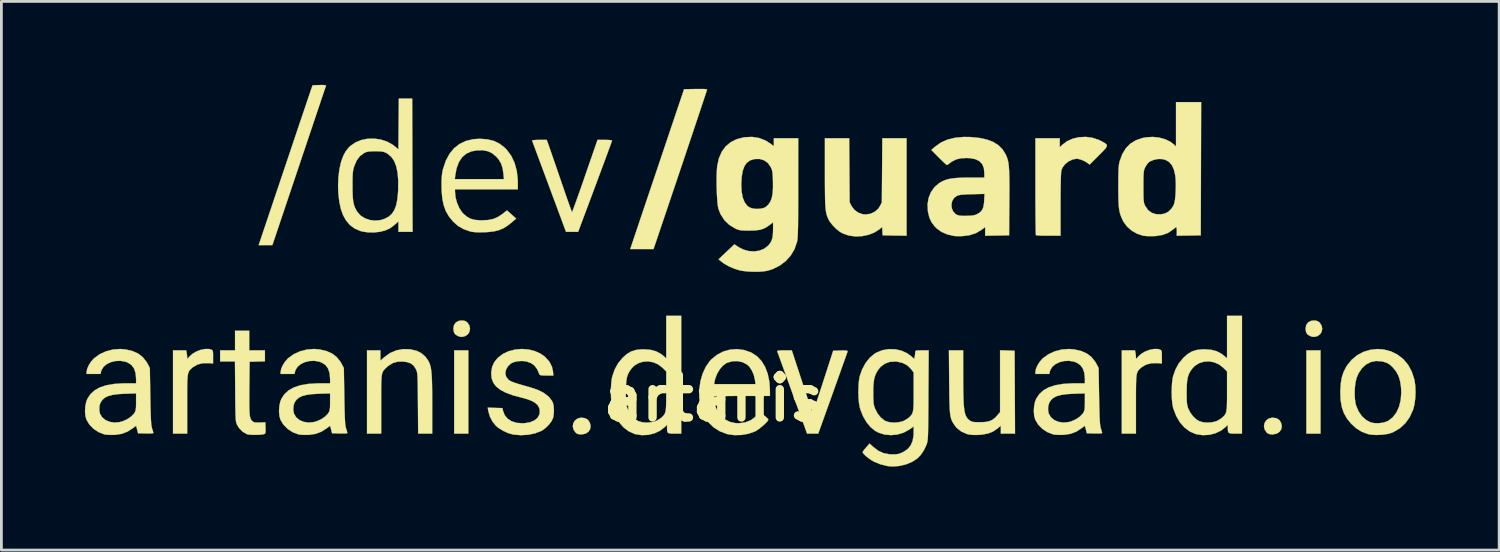
<source format=kicad_pcb>
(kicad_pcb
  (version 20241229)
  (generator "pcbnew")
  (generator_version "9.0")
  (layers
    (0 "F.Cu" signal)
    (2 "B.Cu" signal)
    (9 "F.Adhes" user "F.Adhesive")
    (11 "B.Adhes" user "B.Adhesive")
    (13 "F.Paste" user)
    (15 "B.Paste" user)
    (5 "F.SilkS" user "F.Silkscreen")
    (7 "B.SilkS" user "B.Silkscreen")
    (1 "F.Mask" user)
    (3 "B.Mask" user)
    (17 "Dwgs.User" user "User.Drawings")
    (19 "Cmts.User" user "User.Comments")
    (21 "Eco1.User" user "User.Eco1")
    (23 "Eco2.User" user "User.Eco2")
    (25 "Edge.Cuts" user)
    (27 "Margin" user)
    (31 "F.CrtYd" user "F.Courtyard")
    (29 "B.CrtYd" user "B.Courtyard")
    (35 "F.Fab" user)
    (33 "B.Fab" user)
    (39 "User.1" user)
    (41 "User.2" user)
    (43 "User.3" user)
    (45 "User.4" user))
  (footprint "artanis"
    (layer "F.Cu")
    (at 22.612 11.261)
    (property "Reference" "artanis" (at 0 0 0) (layer "F.SilkS") (effects (font (size 1.524 1.524) (thickness 0.3))))
    (attr through_hole)
    (fp_poly (pts (xy -8.834 1.27) (xy -9.342 1.27) (xy -9.342 -1.722) (xy -8.834 -1.722) (xy -8.834 1.27)) (stroke (width 0.01) (type solid)) (fill yes) (layer "F.SilkS"))
    (fp_poly (pts (xy 21.788 1.27) (xy 21.28 1.27) (xy 21.28 -1.722) (xy 21.788 -1.722) (xy 21.788 1.27)) (stroke (width 0.01) (type solid)) (fill yes) (layer "F.SilkS"))
    (fp_poly (pts (xy -4.636 0.716) (xy -4.538 0.773) (xy -4.472 0.868) (xy -4.439 0.992) (xy -4.456 1.106) (xy -4.517 1.201) (xy -4.616 1.268) (xy -4.747 1.297) (xy -4.773 1.298) (xy -4.873 1.291) (xy -4.941 1.264) (xy -4.981 1.23) (xy -5.054 1.124) (xy -5.08 1.01) (xy -5.062 0.899) (xy -5.006 0.803) (xy -4.917 0.732) (xy -4.799 0.699) (xy -4.77 0.698) (xy -4.636 0.716)) (stroke (width 0.01) (type solid)) (fill yes) (layer "F.SilkS"))
    (fp_poly (pts (xy 20.2 0.716) (xy 20.298 0.773) (xy 20.364 0.868) (xy 20.397 0.992) (xy 20.38 1.106) (xy 20.318 1.201) (xy 20.219 1.268) (xy 20.088 1.297) (xy 20.063 1.298) (xy 19.963 1.291) (xy 19.895 1.264) (xy 19.854 1.23) (xy 19.781 1.124) (xy 19.756 1.01) (xy 19.773 0.899) (xy 19.829 0.803) (xy 19.918 0.732) (xy 20.037 0.699) (xy 20.065 0.698) (xy 20.2 0.716)) (stroke (width 0.01) (type solid)) (fill yes) (layer "F.SilkS"))
    (fp_poly (pts (xy -8.978 -2.786) (xy -8.91 -2.755) (xy -8.86 -2.712) (xy -8.795 -2.613) (xy -8.774 -2.501) (xy -8.793 -2.391) (xy -8.851 -2.298) (xy -8.944 -2.235) (xy -8.953 -2.232) (xy -9.05 -2.206) (xy -9.132 -2.211) (xy -9.219 -2.242) (xy -9.306 -2.299) (xy -9.354 -2.381) (xy -9.37 -2.501) (xy -9.37 -2.512) (xy -9.346 -2.636) (xy -9.278 -2.727) (xy -9.172 -2.782) (xy -9.073 -2.794) (xy -8.978 -2.786)) (stroke (width 0.01) (type solid)) (fill yes) (layer "F.SilkS"))
    (fp_poly (pts (xy 21.643 -2.786) (xy 21.711 -2.755) (xy 21.762 -2.712) (xy 21.826 -2.613) (xy 21.848 -2.501) (xy 21.828 -2.391) (xy 21.77 -2.298) (xy 21.677 -2.235) (xy 21.669 -2.232) (xy 21.572 -2.206) (xy 21.489 -2.211) (xy 21.402 -2.242) (xy 21.315 -2.299) (xy 21.267 -2.381) (xy 21.251 -2.501) (xy 21.251 -2.512) (xy 21.275 -2.636) (xy 21.343 -2.727) (xy 21.449 -2.782) (xy 21.548 -2.794) (xy 21.643 -2.786)) (stroke (width 0.01) (type solid)) (fill yes) (layer "F.SilkS"))
    (fp_poly (pts (xy -13.993 -11.252) (xy -13.95 -11.243) (xy -13.946 -11.238) (xy -13.956 -11.208) (xy -13.983 -11.129) (xy -14.026 -11.003) (xy -14.083 -10.834) (xy -14.153 -10.625) (xy -14.235 -10.381) (xy -14.329 -10.104) (xy -14.431 -9.798) (xy -14.543 -9.466) (xy -14.662 -9.113) (xy -14.787 -8.741) (xy -14.915 -8.359) (xy -15.875 -5.504) (xy -16.121 -5.504) (xy -16.367 -5.503) (xy -15.439 -8.262) (xy -15.31 -8.644) (xy -15.186 -9.013) (xy -15.068 -9.364) (xy -14.957 -9.694) (xy -14.854 -10) (xy -14.76 -10.277) (xy -14.677 -10.522) (xy -14.607 -10.732) (xy -14.549 -10.901) (xy -14.507 -11.028) (xy -14.48 -11.107) (xy -14.47 -11.134) (xy -14.43 -11.247) (xy -14.183 -11.255) (xy -14.075 -11.256) (xy -13.993 -11.252)) (stroke (width 0.01) (type solid)) (fill yes) (layer "F.SilkS"))
    (fp_poly (pts (xy -18.083 -1.753) (xy -18.046 -1.736) (xy -18.023 -1.712) (xy -18.011 -1.669) (xy -18.006 -1.593) (xy -18.006 -1.487) (xy -18.006 -1.251) (xy -18.164 -1.264) (xy -18.379 -1.26) (xy -18.567 -1.212) (xy -18.724 -1.121) (xy -18.737 -1.111) (xy -18.786 -1.068) (xy -18.827 -1.03) (xy -18.859 -0.99) (xy -18.885 -0.942) (xy -18.904 -0.881) (xy -18.918 -0.801) (xy -18.927 -0.696) (xy -18.933 -0.56) (xy -18.936 -0.387) (xy -18.937 -0.172) (xy -18.937 0.091) (xy -18.937 0.21) (xy -18.937 1.27) (xy -19.445 1.27) (xy -19.445 -1.722) (xy -18.972 -1.722) (xy -18.955 -1.633) (xy -18.942 -1.544) (xy -18.937 -1.472) (xy -18.935 -1.43) (xy -18.924 -1.422) (xy -18.893 -1.453) (xy -18.852 -1.502) (xy -18.746 -1.598) (xy -18.608 -1.679) (xy -18.454 -1.738) (xy -18.299 -1.77) (xy -18.159 -1.771) (xy -18.083 -1.753)) (stroke (width 0.01) (type solid)) (fill yes) (layer "F.SilkS"))
    (fp_poly (pts (xy 16.009 -1.753) (xy 16.047 -1.736) (xy 16.07 -1.712) (xy 16.082 -1.669) (xy 16.086 -1.593) (xy 16.087 -1.487) (xy 16.087 -1.251) (xy 15.928 -1.264) (xy 15.714 -1.26) (xy 15.525 -1.212) (xy 15.369 -1.121) (xy 15.356 -1.111) (xy 15.306 -1.068) (xy 15.266 -1.03) (xy 15.233 -0.99) (xy 15.208 -0.942) (xy 15.188 -0.881) (xy 15.175 -0.801) (xy 15.165 -0.696) (xy 15.16 -0.56) (xy 15.157 -0.387) (xy 15.155 -0.172) (xy 15.155 0.091) (xy 15.155 0.21) (xy 15.155 1.27) (xy 14.647 1.27) (xy 14.647 -1.722) (xy 15.12 -1.722) (xy 15.138 -1.633) (xy 15.151 -1.544) (xy 15.155 -1.472) (xy 15.157 -1.43) (xy 15.169 -1.422) (xy 15.2 -1.453) (xy 15.241 -1.502) (xy 15.347 -1.598) (xy 15.485 -1.679) (xy 15.639 -1.738) (xy 15.794 -1.77) (xy 15.934 -1.771) (xy 16.009 -1.753)) (stroke (width 0.01) (type solid)) (fill yes) (layer "F.SilkS"))
    (fp_poly (pts (xy -0.399 -11.113) (xy -0.308 -11.108) (xy -0.26 -11.101) (xy -0.254 -11.097) (xy -0.263 -11.068) (xy -0.288 -10.989) (xy -0.329 -10.865) (xy -0.384 -10.699) (xy -0.451 -10.496) (xy -0.53 -10.26) (xy -0.619 -9.995) (xy -0.716 -9.704) (xy -0.82 -9.393) (xy -0.931 -9.064) (xy -1.045 -8.722) (xy -1.163 -8.371) (xy -1.283 -8.016) (xy -1.403 -7.659) (xy -1.522 -7.306) (xy -1.639 -6.96) (xy -1.752 -6.625) (xy -1.86 -6.305) (xy -1.962 -6.005) (xy -1.962 -6.004) (xy -2.18 -5.362) (xy -3.016 -5.362) (xy -2.225 -7.712) (xy -2.102 -8.076) (xy -1.981 -8.435) (xy -1.863 -8.784) (xy -1.751 -9.118) (xy -1.645 -9.432) (xy -1.548 -9.721) (xy -1.461 -9.979) (xy -1.386 -10.203) (xy -1.324 -10.386) (xy -1.278 -10.523) (xy -1.257 -10.583) (xy -1.082 -11.105) (xy -0.668 -11.113) (xy -0.522 -11.114) (xy -0.399 -11.113)) (stroke (width 0.01) (type solid)) (fill yes) (layer "F.SilkS"))
    (fp_poly (pts (xy 4.868 -7.04) (xy 4.94 -6.9) (xy 5.037 -6.771) (xy 5.171 -6.674) (xy 5.329 -6.616) (xy 5.447 -6.604) (xy 5.614 -6.629) (xy 5.767 -6.7) (xy 5.891 -6.807) (xy 5.954 -6.9) (xy 6.025 -7.04) (xy 6.042 -9.342) (xy 6.914 -9.342) (xy 6.914 -5.841) (xy 6.054 -5.856) (xy 6.045 -6.006) (xy 6.037 -6.155) (xy 5.949 -6.082) (xy 5.768 -5.962) (xy 5.553 -5.876) (xy 5.319 -5.826) (xy 5.082 -5.814) (xy 4.855 -5.845) (xy 4.826 -5.853) (xy 4.717 -5.888) (xy 4.607 -5.932) (xy 4.586 -5.941) (xy 4.48 -6.008) (xy 4.363 -6.108) (xy 4.25 -6.225) (xy 4.159 -6.341) (xy 4.123 -6.401) (xy 4.091 -6.467) (xy 4.063 -6.532) (xy 4.041 -6.599) (xy 4.023 -6.676) (xy 4.009 -6.767) (xy 3.998 -6.878) (xy 3.99 -7.015) (xy 3.985 -7.183) (xy 3.982 -7.388) (xy 3.98 -7.635) (xy 3.979 -7.931) (xy 3.979 -8.092) (xy 3.979 -9.342) (xy 4.851 -9.342) (xy 4.868 -7.04)) (stroke (width 0.01) (type solid)) (fill yes) (layer "F.SilkS"))
    (fp_poly (pts (xy 3.16 -0.59) (xy 3.239 -0.35) (xy 3.313 -0.128) (xy 3.38 0.071) (xy 3.438 0.241) (xy 3.486 0.376) (xy 3.52 0.472) (xy 3.54 0.522) (xy 3.545 0.529) (xy 3.556 0.5) (xy 3.582 0.423) (xy 3.623 0.304) (xy 3.674 0.148) (xy 3.736 -0.039) (xy 3.805 -0.251) (xy 3.881 -0.483) (xy 3.917 -0.596) (xy 4.276 -1.707) (xy 4.539 -1.716) (xy 4.665 -1.718) (xy 4.743 -1.715) (xy 4.783 -1.706) (xy 4.794 -1.689) (xy 4.793 -1.684) (xy 4.782 -1.65) (xy 4.754 -1.569) (xy 4.71 -1.444) (xy 4.652 -1.281) (xy 4.582 -1.085) (xy 4.502 -0.861) (xy 4.414 -0.613) (xy 4.319 -0.347) (xy 4.262 -0.187) (xy 3.739 1.27) (xy 3.539 1.27) (xy 3.339 1.27) (xy 2.805 -0.201) (xy 2.706 -0.476) (xy 2.612 -0.735) (xy 2.525 -0.974) (xy 2.448 -1.186) (xy 2.382 -1.369) (xy 2.329 -1.515) (xy 2.29 -1.622) (xy 2.267 -1.684) (xy 2.262 -1.697) (xy 2.284 -1.708) (xy 2.351 -1.716) (xy 2.451 -1.721) (xy 2.521 -1.722) (xy 2.789 -1.722) (xy 3.16 -0.59)) (stroke (width 0.01) (type solid)) (fill yes) (layer "F.SilkS"))
    (fp_poly (pts (xy -16.708 -1.722) (xy -16.143 -1.722) (xy -16.143 -1.328) (xy -16.418 -1.32) (xy -16.693 -1.312) (xy -16.702 -0.409) (xy -16.704 -0.127) (xy -16.705 0.105) (xy -16.704 0.291) (xy -16.7 0.438) (xy -16.694 0.552) (xy -16.684 0.637) (xy -16.67 0.7) (xy -16.653 0.747) (xy -16.631 0.782) (xy -16.606 0.81) (xy -16.564 0.846) (xy -16.517 0.866) (xy -16.449 0.873) (xy -16.343 0.872) (xy -16.333 0.872) (xy -16.129 0.865) (xy -16.121 1.064) (xy -16.118 1.171) (xy -16.124 1.235) (xy -16.14 1.269) (xy -16.163 1.284) (xy -16.236 1.3) (xy -16.346 1.311) (xy -16.474 1.315) (xy -16.603 1.314) (xy -16.713 1.305) (xy -16.785 1.291) (xy -16.942 1.202) (xy -17.071 1.071) (xy -17.135 0.968) (xy -17.152 0.932) (xy -17.166 0.897) (xy -17.177 0.857) (xy -17.186 0.805) (xy -17.192 0.736) (xy -17.197 0.644) (xy -17.201 0.523) (xy -17.204 0.367) (xy -17.206 0.17) (xy -17.209 -0.075) (xy -17.21 -0.247) (xy -17.219 -1.326) (xy -17.752 -1.326) (xy -17.752 -1.722) (xy -17.216 -1.722) (xy -17.216 -2.427) (xy -16.708 -2.427) (xy -16.708 -1.722)) (stroke (width 0.01) (type solid)) (fill yes) (layer "F.SilkS"))
    (fp_poly (pts (xy 10.534 -1.716) (xy 10.795 -1.707) (xy 10.81 1.27) (xy 10.301 1.27) (xy 10.301 0.983) (xy 10.183 1.084) (xy 10.028 1.191) (xy 9.847 1.264) (xy 9.632 1.305) (xy 9.483 1.316) (xy 9.304 1.317) (xy 9.167 1.304) (xy 9.077 1.282) (xy 8.875 1.192) (xy 8.715 1.064) (xy 8.636 0.964) (xy 8.593 0.899) (xy 8.558 0.838) (xy 8.529 0.776) (xy 8.507 0.706) (xy 8.489 0.624) (xy 8.475 0.522) (xy 8.465 0.396) (xy 8.458 0.238) (xy 8.453 0.044) (xy 8.449 -0.192) (xy 8.446 -0.478) (xy 8.445 -0.586) (xy 8.435 -1.722) (xy 8.946 -1.722) (xy 8.947 -0.783) (xy 8.949 -0.458) (xy 8.952 -0.185) (xy 8.958 0.043) (xy 8.968 0.229) (xy 8.983 0.38) (xy 9.002 0.499) (xy 9.028 0.593) (xy 9.06 0.666) (xy 9.1 0.724) (xy 9.148 0.771) (xy 9.183 0.798) (xy 9.231 0.827) (xy 9.284 0.846) (xy 9.357 0.856) (xy 9.464 0.86) (xy 9.553 0.861) (xy 9.735 0.853) (xy 9.876 0.828) (xy 9.99 0.779) (xy 10.091 0.702) (xy 10.171 0.617) (xy 10.273 0.498) (xy 10.273 -1.724) (xy 10.534 -1.716)) (stroke (width 0.01) (type solid)) (fill yes) (layer "F.SilkS"))
    (fp_poly (pts (xy 13.592 -9.36) (xy 13.82 -9.285) (xy 13.891 -9.251) (xy 13.995 -9.195) (xy 14.067 -9.15) (xy 14.106 -9.108) (xy 14.11 -9.06) (xy 14.079 -9) (xy 14.011 -8.92) (xy 13.905 -8.811) (xy 13.821 -8.727) (xy 13.492 -8.398) (xy 13.405 -8.462) (xy 13.308 -8.521) (xy 13.192 -8.57) (xy 13.083 -8.601) (xy 13.028 -8.608) (xy 12.88 -8.582) (xy 12.736 -8.514) (xy 12.61 -8.413) (xy 12.516 -8.29) (xy 12.478 -8.198) (xy 12.468 -8.134) (xy 12.461 -8.015) (xy 12.455 -7.841) (xy 12.45 -7.614) (xy 12.447 -7.336) (xy 12.446 -7.007) (xy 12.446 -6.964) (xy 12.446 -5.842) (xy 12.013 -5.842) (xy 11.862 -5.843) (xy 11.732 -5.846) (xy 11.632 -5.851) (xy 11.573 -5.857) (xy 11.562 -5.861) (xy 11.558 -5.892) (xy 11.555 -5.974) (xy 11.552 -6.103) (xy 11.55 -6.274) (xy 11.547 -6.481) (xy 11.546 -6.721) (xy 11.544 -6.988) (xy 11.543 -7.277) (xy 11.543 -7.583) (xy 11.543 -7.611) (xy 11.543 -9.342) (xy 12.418 -9.342) (xy 12.418 -9.02) (xy 12.509 -9.108) (xy 12.684 -9.239) (xy 12.89 -9.33) (xy 13.117 -9.381) (xy 13.355 -9.392) (xy 13.592 -9.36)) (stroke (width 0.01) (type solid)) (fill yes) (layer "F.SilkS"))
    (fp_poly (pts (xy -10.928 -1.76) (xy -10.695 -1.707) (xy -10.528 -1.624) (xy -10.381 -1.498) (xy -10.286 -1.37) (xy -10.25 -1.302) (xy -10.219 -1.231) (xy -10.195 -1.152) (xy -10.175 -1.057) (xy -10.16 -0.942) (xy -10.149 -0.801) (xy -10.141 -0.627) (xy -10.136 -0.416) (xy -10.133 -0.161) (xy -10.132 0.144) (xy -10.132 0.205) (xy -10.132 1.27) (xy -10.636 1.27) (xy -10.645 0.176) (xy -10.647 -0.101) (xy -10.649 -0.328) (xy -10.652 -0.51) (xy -10.655 -0.653) (xy -10.66 -0.764) (xy -10.665 -0.847) (xy -10.673 -0.909) (xy -10.682 -0.956) (xy -10.694 -0.994) (xy -10.709 -1.028) (xy -10.719 -1.05) (xy -10.798 -1.171) (xy -10.901 -1.252) (xy -11.037 -1.301) (xy -11.179 -1.32) (xy -11.376 -1.315) (xy -11.547 -1.266) (xy -11.704 -1.169) (xy -11.762 -1.119) (xy -11.813 -1.072) (xy -11.854 -1.031) (xy -11.887 -0.989) (xy -11.913 -0.941) (xy -11.933 -0.88) (xy -11.947 -0.801) (xy -11.956 -0.698) (xy -11.962 -0.564) (xy -11.965 -0.394) (xy -11.966 -0.183) (xy -11.966 0.077) (xy -11.966 0.21) (xy -11.966 1.27) (xy -12.474 1.27) (xy -12.474 -1.722) (xy -11.994 -1.722) (xy -11.994 -1.349) (xy -11.854 -1.476) (xy -11.649 -1.624) (xy -11.422 -1.721) (xy -11.18 -1.767) (xy -10.928 -1.76)) (stroke (width 0.01) (type solid)) (fill yes) (layer "F.SilkS"))
    (fp_poly (pts (xy -5.933 -9.052) (xy -5.906 -8.973) (xy -5.862 -8.848) (xy -5.806 -8.684) (xy -5.738 -8.489) (xy -5.663 -8.271) (xy -5.583 -8.036) (xy -5.499 -7.793) (xy -5.486 -7.754) (xy -5.406 -7.522) (xy -5.332 -7.306) (xy -5.264 -7.114) (xy -5.206 -6.951) (xy -5.16 -6.823) (xy -5.127 -6.734) (xy -5.109 -6.692) (xy -5.107 -6.689) (xy -5.094 -6.715) (xy -5.066 -6.789) (xy -5.023 -6.906) (xy -4.966 -7.061) (xy -4.899 -7.249) (xy -4.823 -7.465) (xy -4.739 -7.703) (xy -4.65 -7.959) (xy -4.641 -7.987) (xy -4.191 -9.285) (xy -3.93 -9.285) (xy -3.816 -9.283) (xy -3.728 -9.276) (xy -3.677 -9.267) (xy -3.669 -9.261) (xy -3.679 -9.231) (xy -3.707 -9.152) (xy -3.752 -9.028) (xy -3.813 -8.862) (xy -3.887 -8.66) (xy -3.975 -8.423) (xy -4.074 -8.157) (xy -4.183 -7.865) (xy -4.3 -7.551) (xy -4.424 -7.218) (xy -4.554 -6.872) (xy -4.688 -6.515) (xy -4.816 -6.174) (xy -4.887 -5.983) (xy -5.324 -5.983) (xy -5.929 -7.609) (xy -6.036 -7.898) (xy -6.138 -8.171) (xy -6.232 -8.424) (xy -6.317 -8.653) (xy -6.391 -8.851) (xy -6.452 -9.016) (xy -6.499 -9.142) (xy -6.53 -9.225) (xy -6.543 -9.26) (xy -6.543 -9.26) (xy -6.521 -9.271) (xy -6.454 -9.279) (xy -6.354 -9.284) (xy -6.284 -9.285) (xy -6.017 -9.285) (xy -5.933 -9.052)) (stroke (width 0.01) (type solid)) (fill yes) (layer "F.SilkS"))
    (fp_poly (pts (xy 24.055 -1.753) (xy 24.32 -1.684) (xy 24.557 -1.567) (xy 24.762 -1.407) (xy 24.932 -1.205) (xy 25.064 -0.964) (xy 25.155 -0.688) (xy 25.162 -0.66) (xy 25.193 -0.453) (xy 25.202 -0.223) (xy 25.191 0.012) (xy 25.16 0.232) (xy 25.113 0.412) (xy 24.994 0.673) (xy 24.837 0.894) (xy 24.644 1.073) (xy 24.417 1.209) (xy 24.334 1.244) (xy 24.179 1.286) (xy 23.992 1.311) (xy 23.796 1.319) (xy 23.612 1.308) (xy 23.484 1.284) (xy 23.259 1.198) (xy 23.061 1.072) (xy 22.889 0.914) (xy 22.737 0.727) (xy 22.625 0.528) (xy 22.55 0.308) (xy 22.509 0.06) (xy 22.5 -0.189) (xy 23.014 -0.189) (xy 23.022 0.008) (xy 23.045 0.181) (xy 23.064 0.254) (xy 23.154 0.47) (xy 23.279 0.649) (xy 23.433 0.785) (xy 23.587 0.865) (xy 23.726 0.894) (xy 23.889 0.896) (xy 24.053 0.872) (xy 24.194 0.825) (xy 24.223 0.809) (xy 24.383 0.683) (xy 24.513 0.515) (xy 24.608 0.309) (xy 24.668 0.071) (xy 24.69 -0.192) (xy 24.683 -0.37) (xy 24.652 -0.6) (xy 24.596 -0.79) (xy 24.509 -0.955) (xy 24.387 -1.109) (xy 24.386 -1.11) (xy 24.278 -1.21) (xy 24.167 -1.275) (xy 24.03 -1.318) (xy 23.982 -1.328) (xy 23.778 -1.34) (xy 23.588 -1.3) (xy 23.418 -1.211) (xy 23.271 -1.073) (xy 23.151 -0.892) (xy 23.084 -0.734) (xy 23.046 -0.58) (xy 23.023 -0.392) (xy 23.014 -0.189) (xy 22.5 -0.189) (xy 22.498 -0.226) (xy 22.501 -0.31) (xy 22.519 -0.554) (xy 22.555 -0.758) (xy 22.615 -0.939) (xy 22.702 -1.112) (xy 22.744 -1.181) (xy 22.907 -1.383) (xy 23.105 -1.547) (xy 23.332 -1.668) (xy 23.579 -1.743) (xy 23.84 -1.77) (xy 24.055 -1.753)) (stroke (width 0.01) (type solid)) (fill yes) (layer "F.SilkS"))
    (fp_poly (pts (xy -8.153 -9.305) (xy -7.918 -9.248) (xy -7.712 -9.148) (xy -7.526 -9.004) (xy -7.452 -8.929) (xy -7.292 -8.712) (xy -7.172 -8.459) (xy -7.094 -8.172) (xy -7.058 -7.856) (xy -7.056 -7.748) (xy -7.056 -7.507) (xy -9.313 -7.507) (xy -9.313 -7.428) (xy -9.295 -7.229) (xy -9.242 -7.029) (xy -9.163 -6.843) (xy -9.062 -6.687) (xy -8.994 -6.613) (xy -8.871 -6.516) (xy -8.747 -6.45) (xy -8.606 -6.412) (xy -8.434 -6.395) (xy -8.34 -6.394) (xy -8.119 -6.406) (xy -7.934 -6.444) (xy -7.768 -6.516) (xy -7.605 -6.625) (xy -7.589 -6.637) (xy -7.446 -6.75) (xy -7.371 -6.685) (xy -7.298 -6.621) (xy -7.218 -6.549) (xy -7.206 -6.538) (xy -7.116 -6.456) (xy -7.247 -6.343) (xy -7.415 -6.209) (xy -7.572 -6.109) (xy -7.734 -6.041) (xy -7.913 -5.997) (xy -8.124 -5.973) (xy -8.269 -5.966) (xy -8.457 -5.963) (xy -8.602 -5.969) (xy -8.717 -5.984) (xy -8.777 -5.998) (xy -9.009 -6.081) (xy -9.203 -6.192) (xy -9.373 -6.341) (xy -9.376 -6.344) (xy -9.523 -6.522) (xy -9.636 -6.713) (xy -9.716 -6.927) (xy -9.768 -7.172) (xy -9.793 -7.456) (xy -9.797 -7.634) (xy -9.795 -7.825) (xy -9.792 -7.874) (xy -9.32 -7.874) (xy -7.555 -7.874) (xy -7.572 -8.065) (xy -7.602 -8.269) (xy -7.657 -8.436) (xy -7.742 -8.58) (xy -7.829 -8.681) (xy -7.971 -8.8) (xy -8.127 -8.876) (xy -8.307 -8.911) (xy -8.516 -8.91) (xy -8.731 -8.87) (xy -8.913 -8.787) (xy -9.06 -8.659) (xy -9.174 -8.486) (xy -9.255 -8.268) (xy -9.3 -8.032) (xy -9.32 -7.874) (xy -9.792 -7.874) (xy -9.787 -7.975) (xy -9.772 -8.101) (xy -9.748 -8.217) (xy -9.74 -8.247) (xy -9.641 -8.539) (xy -9.509 -8.785) (xy -9.345 -8.985) (xy -9.148 -9.139) (xy -8.919 -9.247) (xy -8.659 -9.309) (xy -8.424 -9.324) (xy -8.153 -9.305)) (stroke (width 0.01) (type solid)) (fill yes) (layer "F.SilkS"))
    (fp_poly (pts (xy 1.079 -1.733) (xy 1.326 -1.646) (xy 1.343 -1.638) (xy 1.537 -1.511) (xy 1.7 -1.34) (xy 1.83 -1.128) (xy 1.924 -0.878) (xy 1.983 -0.594) (xy 2.003 -0.289) (xy 2.004 -0.085) (xy 1.004 -0.085) (xy 0.771 -0.084) (xy 0.558 -0.082) (xy 0.368 -0.079) (xy 0.21 -0.075) (xy 0.09 -0.07) (xy 0.014 -0.065) (xy -0.012 -0.06) (xy -0.018 -0.011) (xy -0.007 0.074) (xy 0.016 0.18) (xy 0.048 0.292) (xy 0.085 0.393) (xy 0.102 0.43) (xy 0.225 0.615) (xy 0.382 0.756) (xy 0.567 0.85) (xy 0.777 0.895) (xy 0.917 0.896) (xy 1.133 0.862) (xy 1.321 0.785) (xy 1.495 0.659) (xy 1.519 0.637) (xy 1.657 0.508) (xy 1.802 0.623) (xy 1.877 0.686) (xy 1.929 0.738) (xy 1.947 0.767) (xy 1.926 0.809) (xy 1.87 0.874) (xy 1.789 0.953) (xy 1.694 1.034) (xy 1.598 1.109) (xy 1.51 1.168) (xy 1.468 1.191) (xy 1.236 1.273) (xy 0.982 1.318) (xy 0.724 1.324) (xy 0.483 1.289) (xy 0.459 1.283) (xy 0.205 1.187) (xy -0.018 1.045) (xy -0.206 0.863) (xy -0.355 0.644) (xy -0.461 0.392) (xy -0.495 0.259) (xy -0.535 -0.033) (xy -0.533 -0.327) (xy -0.508 -0.508) (xy -0.003 -0.508) (xy 1.486 -0.508) (xy 1.465 -0.666) (xy 1.423 -0.842) (xy 1.351 -1.006) (xy 1.258 -1.142) (xy 1.18 -1.214) (xy 1.02 -1.297) (xy 0.838 -1.336) (xy 0.649 -1.33) (xy 0.469 -1.277) (xy 0.428 -1.258) (xy 0.31 -1.17) (xy 0.201 -1.041) (xy 0.107 -0.884) (xy 0.04 -0.714) (xy 0.016 -0.614) (xy -0.003 -0.508) (xy -0.508 -0.508) (xy -0.493 -0.613) (xy -0.416 -0.883) (xy -0.304 -1.126) (xy -0.16 -1.334) (xy -0.1 -1.399) (xy 0.103 -1.564) (xy 0.33 -1.681) (xy 0.574 -1.749) (xy 0.826 -1.767) (xy 1.079 -1.733)) (stroke (width 0.01) (type solid)) (fill yes) (layer "F.SilkS"))
    (fp_poly (pts (xy -10.837 -5.983) (xy -11.345 -5.983) (xy -11.345 -6.357) (xy -11.451 -6.261) (xy -11.538 -6.189) (xy -11.629 -6.122) (xy -11.657 -6.104) (xy -11.815 -6.032) (xy -12.007 -5.983) (xy -12.219 -5.959) (xy -12.434 -5.961) (xy -12.634 -5.99) (xy -12.709 -6.01) (xy -12.92 -6.101) (xy -13.094 -6.23) (xy -13.236 -6.402) (xy -13.336 -6.585) (xy -13.413 -6.799) (xy -13.468 -7.053) (xy -13.502 -7.334) (xy -13.514 -7.628) (xy -13.513 -7.634) (xy -12.996 -7.634) (xy -12.994 -7.404) (xy -12.986 -7.221) (xy -12.97 -7.074) (xy -12.944 -6.953) (xy -12.907 -6.849) (xy -12.856 -6.751) (xy -12.826 -6.702) (xy -12.706 -6.567) (xy -12.551 -6.468) (xy -12.372 -6.405) (xy -12.179 -6.383) (xy -11.983 -6.403) (xy -11.825 -6.455) (xy -11.686 -6.533) (xy -11.576 -6.634) (xy -11.491 -6.765) (xy -11.428 -6.931) (xy -11.385 -7.139) (xy -11.36 -7.393) (xy -11.354 -7.493) (xy -11.352 -7.822) (xy -11.375 -8.103) (xy -11.424 -8.338) (xy -11.501 -8.53) (xy -11.606 -8.68) (xy -11.74 -8.791) (xy -11.778 -8.813) (xy -11.844 -8.843) (xy -11.914 -8.862) (xy -12.004 -8.872) (xy -12.129 -8.876) (xy -12.178 -8.876) (xy -12.318 -8.874) (xy -12.417 -8.866) (xy -12.491 -8.85) (xy -12.557 -8.824) (xy -12.577 -8.813) (xy -12.728 -8.702) (xy -12.846 -8.545) (xy -12.933 -8.341) (xy -12.934 -8.34) (xy -12.957 -8.261) (xy -12.974 -8.184) (xy -12.985 -8.098) (xy -12.992 -7.992) (xy -12.995 -7.854) (xy -12.996 -7.674) (xy -12.996 -7.634) (xy -13.513 -7.634) (xy -13.503 -7.923) (xy -13.47 -8.206) (xy -13.414 -8.465) (xy -13.389 -8.545) (xy -13.317 -8.732) (xy -13.236 -8.879) (xy -13.135 -9.005) (xy -13.069 -9.069) (xy -12.889 -9.194) (xy -12.68 -9.28) (xy -12.452 -9.325) (xy -12.214 -9.33) (xy -11.978 -9.296) (xy -11.752 -9.222) (xy -11.547 -9.108) (xy -11.465 -9.044) (xy -11.346 -8.943) (xy -11.331 -10.767) (xy -10.851 -10.767) (xy -10.837 -5.983)) (stroke (width 0.01) (type solid)) (fill yes) (layer "F.SilkS"))
    (fp_poly (pts (xy -1.185 1.27) (xy -1.422 1.27) (xy -1.547 1.268) (xy -1.626 1.257) (xy -1.67 1.23) (xy -1.689 1.177) (xy -1.693 1.092) (xy -1.693 1.066) (xy -1.693 0.952) (xy -1.771 1.03) (xy -1.942 1.164) (xy -2.144 1.259) (xy -2.367 1.314) (xy -2.599 1.325) (xy -2.826 1.29) (xy -2.863 1.28) (xy -3.07 1.187) (xy -3.256 1.046) (xy -3.418 0.86) (xy -3.55 0.634) (xy -3.65 0.374) (xy -3.661 0.333) (xy -3.688 0.193) (xy -3.704 0.014) (xy -3.711 -0.185) (xy -3.71 -0.226) (xy -3.174 -0.226) (xy -3.173 -0.048) (xy -3.17 0.085) (xy -3.162 0.185) (xy -3.149 0.264) (xy -3.129 0.334) (xy -3.119 0.364) (xy -3.044 0.513) (xy -2.94 0.652) (xy -2.82 0.764) (xy -2.725 0.822) (xy -2.589 0.861) (xy -2.426 0.875) (xy -2.26 0.863) (xy -2.114 0.827) (xy -2.088 0.816) (xy -1.993 0.764) (xy -1.905 0.703) (xy -1.881 0.683) (xy -1.834 0.636) (xy -1.798 0.592) (xy -1.77 0.543) (xy -1.75 0.48) (xy -1.736 0.398) (xy -1.728 0.288) (xy -1.724 0.143) (xy -1.722 -0.044) (xy -1.722 -0.254) (xy -1.722 -0.962) (xy -1.857 -1.097) (xy -2.012 -1.217) (xy -2.186 -1.293) (xy -2.371 -1.326) (xy -2.555 -1.314) (xy -2.729 -1.26) (xy -2.882 -1.162) (xy -2.959 -1.083) (xy -3.036 -0.98) (xy -3.093 -0.875) (xy -3.132 -0.759) (xy -3.157 -0.619) (xy -3.17 -0.445) (xy -3.174 -0.226) (xy -3.174 -0.226) (xy -3.71 -0.226) (xy -3.708 -0.388) (xy -3.695 -0.577) (xy -3.673 -0.734) (xy -3.661 -0.784) (xy -3.572 -1.04) (xy -3.452 -1.258) (xy -3.294 -1.45) (xy -3.288 -1.456) (xy -3.137 -1.59) (xy -2.985 -1.681) (xy -2.818 -1.735) (xy -2.62 -1.758) (xy -2.526 -1.759) (xy -2.292 -1.742) (xy -2.094 -1.69) (xy -1.922 -1.599) (xy -1.839 -1.536) (xy -1.722 -1.435) (xy -1.722 -2.963) (xy -1.185 -2.963) (xy -1.185 1.27)) (stroke (width 0.01) (type solid)) (fill yes) (layer "F.SilkS"))
    (fp_poly (pts (xy 18.965 1.27) (xy 18.728 1.27) (xy 18.603 1.268) (xy 18.524 1.257) (xy 18.481 1.23) (xy 18.462 1.177) (xy 18.457 1.092) (xy 18.457 1.066) (xy 18.457 0.952) (xy 18.38 1.03) (xy 18.209 1.164) (xy 18.006 1.259) (xy 17.783 1.314) (xy 17.552 1.325) (xy 17.324 1.29) (xy 17.288 1.28) (xy 17.08 1.187) (xy 16.894 1.046) (xy 16.733 0.86) (xy 16.601 0.634) (xy 16.501 0.374) (xy 16.489 0.333) (xy 16.463 0.193) (xy 16.446 0.014) (xy 16.44 -0.185) (xy 16.44 -0.226) (xy 16.977 -0.226) (xy 16.977 -0.048) (xy 16.981 0.085) (xy 16.989 0.185) (xy 17.002 0.264) (xy 17.021 0.334) (xy 17.032 0.364) (xy 17.107 0.513) (xy 17.211 0.652) (xy 17.331 0.764) (xy 17.426 0.822) (xy 17.562 0.861) (xy 17.724 0.875) (xy 17.891 0.863) (xy 18.037 0.827) (xy 18.062 0.816) (xy 18.158 0.764) (xy 18.246 0.703) (xy 18.269 0.683) (xy 18.316 0.636) (xy 18.353 0.592) (xy 18.381 0.543) (xy 18.401 0.48) (xy 18.414 0.398) (xy 18.423 0.288) (xy 18.427 0.143) (xy 18.429 -0.044) (xy 18.429 -0.254) (xy 18.429 -0.962) (xy 18.294 -1.097) (xy 18.139 -1.217) (xy 17.964 -1.293) (xy 17.78 -1.326) (xy 17.596 -1.314) (xy 17.422 -1.26) (xy 17.269 -1.162) (xy 17.192 -1.083) (xy 17.115 -0.98) (xy 17.058 -0.875) (xy 17.019 -0.759) (xy 16.994 -0.619) (xy 16.981 -0.445) (xy 16.977 -0.226) (xy 16.977 -0.226) (xy 16.44 -0.226) (xy 16.443 -0.388) (xy 16.455 -0.577) (xy 16.478 -0.734) (xy 16.489 -0.784) (xy 16.578 -1.04) (xy 16.698 -1.258) (xy 16.857 -1.45) (xy 16.862 -1.456) (xy 17.014 -1.59) (xy 17.165 -1.681) (xy 17.333 -1.735) (xy 17.531 -1.758) (xy 17.625 -1.759) (xy 17.859 -1.742) (xy 18.057 -1.69) (xy 18.229 -1.599) (xy 18.311 -1.536) (xy 18.429 -1.435) (xy 18.429 -2.963) (xy 18.965 -2.963) (xy 18.965 1.27)) (stroke (width 0.01) (type solid)) (fill yes) (layer "F.SilkS"))
    (fp_poly (pts (xy 17.484 -5.856) (xy 17.053 -5.848) (xy 16.623 -5.841) (xy 16.623 -5.996) (xy 16.62 -6.082) (xy 16.613 -6.138) (xy 16.606 -6.152) (xy 16.577 -6.136) (xy 16.52 -6.092) (xy 16.474 -6.054) (xy 16.309 -5.943) (xy 16.114 -5.87) (xy 15.882 -5.831) (xy 15.79 -5.826) (xy 15.658 -5.825) (xy 15.531 -5.829) (xy 15.431 -5.839) (xy 15.411 -5.843) (xy 15.196 -5.913) (xy 15 -6.026) (xy 14.833 -6.172) (xy 14.707 -6.344) (xy 14.693 -6.372) (xy 14.644 -6.474) (xy 14.605 -6.571) (xy 14.575 -6.671) (xy 14.553 -6.783) (xy 14.538 -6.914) (xy 14.529 -7.073) (xy 14.524 -7.27) (xy 14.522 -7.511) (xy 14.522 -7.606) (xy 15.423 -7.606) (xy 15.424 -7.412) (xy 15.425 -7.266) (xy 15.429 -7.157) (xy 15.436 -7.078) (xy 15.446 -7.018) (xy 15.462 -6.969) (xy 15.483 -6.921) (xy 15.489 -6.908) (xy 15.588 -6.765) (xy 15.719 -6.666) (xy 15.877 -6.614) (xy 16.057 -6.61) (xy 16.185 -6.636) (xy 16.311 -6.697) (xy 16.422 -6.8) (xy 16.505 -6.93) (xy 16.537 -7.017) (xy 16.56 -7.146) (xy 16.577 -7.314) (xy 16.586 -7.503) (xy 16.588 -7.695) (xy 16.582 -7.872) (xy 16.569 -7.998) (xy 16.522 -8.211) (xy 16.447 -8.375) (xy 16.343 -8.494) (xy 16.208 -8.569) (xy 16.098 -8.596) (xy 15.953 -8.598) (xy 15.801 -8.569) (xy 15.667 -8.515) (xy 15.632 -8.493) (xy 15.574 -8.435) (xy 15.514 -8.349) (xy 15.489 -8.304) (xy 15.467 -8.255) (xy 15.45 -8.208) (xy 15.438 -8.152) (xy 15.431 -8.079) (xy 15.426 -7.979) (xy 15.424 -7.844) (xy 15.423 -7.664) (xy 15.423 -7.606) (xy 14.522 -7.606) (xy 14.522 -7.84) (xy 14.524 -8.025) (xy 14.528 -8.17) (xy 14.534 -8.284) (xy 14.542 -8.373) (xy 14.554 -8.446) (xy 14.57 -8.512) (xy 14.572 -8.521) (xy 14.666 -8.775) (xy 14.793 -8.984) (xy 14.954 -9.149) (xy 15.152 -9.27) (xy 15.387 -9.351) (xy 15.521 -9.376) (xy 15.759 -9.391) (xy 15.993 -9.366) (xy 16.211 -9.306) (xy 16.399 -9.213) (xy 16.517 -9.123) (xy 16.595 -9.049) (xy 16.595 -10.64) (xy 17.498 -10.64) (xy 17.484 -5.856)) (stroke (width 0.01) (type solid)) (fill yes) (layer "F.SilkS"))
    (fp_poly (pts (xy -6.667 -1.752) (xy -6.436 -1.693) (xy -6.226 -1.595) (xy -6.07 -1.48) (xy -5.923 -1.316) (xy -5.83 -1.136) (xy -5.794 -0.975) (xy -5.778 -0.818) (xy -6.022 -0.818) (xy -6.143 -0.82) (xy -6.219 -0.826) (xy -6.261 -0.839) (xy -6.281 -0.861) (xy -6.284 -0.868) (xy -6.36 -1.046) (xy -6.458 -1.176) (xy -6.584 -1.266) (xy -6.745 -1.323) (xy -6.764 -1.327) (xy -6.903 -1.341) (xy -7.053 -1.332) (xy -7.192 -1.301) (xy -7.3 -1.253) (xy -7.31 -1.246) (xy -7.418 -1.14) (xy -7.483 -1.02) (xy -7.503 -0.896) (xy -7.476 -0.777) (xy -7.4 -0.675) (xy -7.398 -0.672) (xy -7.357 -0.641) (xy -7.301 -0.61) (xy -7.225 -0.578) (xy -7.121 -0.542) (xy -6.982 -0.499) (xy -6.802 -0.447) (xy -6.618 -0.396) (xy -6.347 -0.305) (xy -6.125 -0.194) (xy -5.954 -0.064) (xy -5.834 0.084) (xy -5.797 0.157) (xy -5.771 0.261) (xy -5.759 0.397) (xy -5.763 0.542) (xy -5.781 0.674) (xy -5.791 0.712) (xy -5.844 0.823) (xy -5.934 0.943) (xy -6.047 1.057) (xy -6.167 1.148) (xy -6.212 1.173) (xy -6.435 1.259) (xy -6.687 1.311) (xy -6.952 1.326) (xy -7.213 1.303) (xy -7.25 1.296) (xy -7.418 1.246) (xy -7.593 1.164) (xy -7.752 1.064) (xy -7.842 0.989) (xy -7.966 0.835) (xy -8.062 0.65) (xy -8.116 0.458) (xy -8.116 0.458) (xy -8.136 0.336) (xy -7.872 0.345) (xy -7.608 0.353) (xy -7.591 0.437) (xy -7.531 0.6) (xy -7.427 0.73) (xy -7.284 0.824) (xy -7.105 0.882) (xy -6.894 0.899) (xy -6.802 0.895) (xy -6.611 0.861) (xy -6.457 0.796) (xy -6.347 0.704) (xy -6.282 0.587) (xy -6.265 0.479) (xy -6.283 0.355) (xy -6.34 0.249) (xy -6.439 0.159) (xy -6.585 0.081) (xy -6.78 0.013) (xy -6.936 -0.028) (xy -7.238 -0.109) (xy -7.487 -0.201) (xy -7.684 -0.305) (xy -7.833 -0.423) (xy -7.935 -0.558) (xy -7.994 -0.711) (xy -8.012 -0.885) (xy -8.01 -0.937) (xy -7.977 -1.131) (xy -7.903 -1.295) (xy -7.781 -1.446) (xy -7.768 -1.459) (xy -7.589 -1.595) (xy -7.38 -1.693) (xy -7.149 -1.751) (xy -6.908 -1.771) (xy -6.667 -1.752)) (stroke (width 0.01) (type solid)) (fill yes) (layer "F.SilkS"))
    (fp_poly (pts (xy 9.2 -9.387) (xy 9.521 -9.356) (xy 9.795 -9.298) (xy 10.025 -9.211) (xy 10.213 -9.093) (xy 10.362 -8.944) (xy 10.476 -8.76) (xy 10.486 -8.738) (xy 10.516 -8.668) (xy 10.54 -8.596) (xy 10.561 -8.516) (xy 10.577 -8.423) (xy 10.589 -8.311) (xy 10.598 -8.175) (xy 10.603 -8.008) (xy 10.607 -7.806) (xy 10.608 -7.562) (xy 10.607 -7.271) (xy 10.605 -7.041) (xy 10.597 -5.856) (xy 9.737 -5.841) (xy 9.737 -6.152) (xy 9.611 -6.056) (xy 9.403 -5.933) (xy 9.165 -5.857) (xy 8.934 -5.828) (xy 8.814 -5.825) (xy 8.706 -5.826) (xy 8.63 -5.831) (xy 8.622 -5.832) (xy 8.377 -5.888) (xy 8.172 -5.976) (xy 7.998 -6.102) (xy 7.92 -6.18) (xy 7.806 -6.333) (xy 7.729 -6.505) (xy 7.681 -6.711) (xy 7.679 -6.729) (xy 7.669 -6.965) (xy 8.526 -6.965) (xy 8.536 -6.838) (xy 8.581 -6.721) (xy 8.663 -6.628) (xy 8.728 -6.588) (xy 8.806 -6.565) (xy 8.919 -6.555) (xy 9.078 -6.555) (xy 9.088 -6.555) (xy 9.226 -6.562) (xy 9.325 -6.574) (xy 9.401 -6.596) (xy 9.473 -6.63) (xy 9.478 -6.633) (xy 9.571 -6.697) (xy 9.634 -6.775) (xy 9.674 -6.878) (xy 9.697 -7.02) (xy 9.703 -7.108) (xy 9.716 -7.344) (xy 9.268 -7.333) (xy 9.085 -7.327) (xy 8.948 -7.319) (xy 8.849 -7.309) (xy 8.776 -7.294) (xy 8.722 -7.274) (xy 8.716 -7.271) (xy 8.616 -7.194) (xy 8.553 -7.088) (xy 8.526 -6.965) (xy 7.669 -6.965) (xy 7.668 -6.975) (xy 7.707 -7.205) (xy 7.792 -7.412) (xy 7.92 -7.59) (xy 8.089 -7.734) (xy 8.182 -7.788) (xy 8.292 -7.837) (xy 8.411 -7.874) (xy 8.55 -7.9) (xy 8.717 -7.917) (xy 8.922 -7.927) (xy 9.173 -7.93) (xy 9.179 -7.93) (xy 9.708 -7.93) (xy 9.708 -8.094) (xy 9.69 -8.273) (xy 9.632 -8.414) (xy 9.533 -8.519) (xy 9.392 -8.59) (xy 9.206 -8.627) (xy 9.07 -8.634) (xy 8.864 -8.623) (xy 8.695 -8.583) (xy 8.55 -8.51) (xy 8.489 -8.466) (xy 8.423 -8.416) (xy 8.374 -8.386) (xy 8.362 -8.382) (xy 8.335 -8.401) (xy 8.276 -8.453) (xy 8.194 -8.531) (xy 8.096 -8.627) (xy 8.071 -8.652) (xy 7.803 -8.922) (xy 7.93 -9.034) (xy 8.141 -9.185) (xy 8.383 -9.294) (xy 8.661 -9.362) (xy 8.975 -9.39) (xy 9.2 -9.387)) (stroke (width 0.01) (type solid)) (fill yes) (layer "F.SilkS"))
    (fp_poly (pts (xy -21.147 -1.754) (xy -20.902 -1.697) (xy -20.699 -1.607) (xy -20.534 -1.48) (xy -20.401 -1.313) (xy -20.355 -1.234) (xy -20.278 -1.087) (xy -20.261 -0.071) (xy -20.256 0.209) (xy -20.251 0.438) (xy -20.245 0.622) (xy -20.239 0.768) (xy -20.231 0.88) (xy -20.223 0.966) (xy -20.212 1.031) (xy -20.2 1.08) (xy -20.198 1.087) (xy -20.171 1.17) (xy -20.154 1.232) (xy -20.151 1.25) (xy -20.177 1.259) (xy -20.247 1.264) (xy -20.35 1.265) (xy -20.426 1.264) (xy -20.701 1.256) (xy -20.734 1.129) (xy -20.754 1.052) (xy -20.767 1.002) (xy -20.769 0.992) (xy -20.79 1.003) (xy -20.842 1.039) (xy -20.882 1.071) (xy -21.08 1.199) (xy -21.291 1.278) (xy -21.528 1.314) (xy -21.558 1.315) (xy -21.685 1.316) (xy -21.804 1.311) (xy -21.893 1.301) (xy -21.908 1.298) (xy -22.115 1.219) (xy -22.3 1.098) (xy -22.451 0.943) (xy -22.555 0.769) (xy -22.593 0.634) (xy -22.607 0.468) (xy -22.603 0.404) (xy -22.095 0.404) (xy -22.075 0.534) (xy -22.068 0.556) (xy -21.991 0.685) (xy -21.873 0.782) (xy -21.725 0.846) (xy -21.556 0.873) (xy -21.375 0.859) (xy -21.259 0.829) (xy -21.101 0.759) (xy -20.961 0.666) (xy -20.855 0.561) (xy -20.831 0.526) (xy -20.803 0.474) (xy -20.786 0.415) (xy -20.776 0.334) (xy -20.772 0.22) (xy -20.772 0.128) (xy -20.772 -0.176) (xy -21.174 -0.163) (xy -21.42 -0.149) (xy -21.617 -0.122) (xy -21.772 -0.081) (xy -21.892 -0.023) (xy -21.982 0.055) (xy -22.047 0.15) (xy -22.086 0.267) (xy -22.095 0.404) (xy -22.603 0.404) (xy -22.597 0.293) (xy -22.564 0.129) (xy -22.522 0.019) (xy -22.411 -0.149) (xy -22.262 -0.285) (xy -22.073 -0.391) (xy -21.842 -0.467) (xy -21.567 -0.515) (xy -21.244 -0.535) (xy -21.16 -0.536) (xy -20.772 -0.536) (xy -20.772 -0.699) (xy -20.79 -0.905) (xy -20.845 -1.069) (xy -20.937 -1.195) (xy -21.07 -1.282) (xy -21.161 -1.316) (xy -21.337 -1.346) (xy -21.513 -1.339) (xy -21.678 -1.299) (xy -21.823 -1.23) (xy -21.938 -1.135) (xy -22.013 -1.018) (xy -22.032 -0.956) (xy -22.049 -0.875) (xy -22.55 -0.875) (xy -22.549 -0.953) (xy -22.528 -1.061) (xy -22.472 -1.188) (xy -22.39 -1.316) (xy -22.291 -1.428) (xy -22.284 -1.435) (xy -22.085 -1.58) (xy -21.854 -1.687) (xy -21.601 -1.752) (xy -21.338 -1.771) (xy -21.147 -1.754)) (stroke (width 0.01) (type solid)) (fill yes) (layer "F.SilkS"))
    (fp_poly (pts (xy -14.176 -1.754) (xy -13.931 -1.697) (xy -13.728 -1.607) (xy -13.563 -1.48) (xy -13.43 -1.313) (xy -13.385 -1.234) (xy -13.307 -1.087) (xy -13.29 -0.071) (xy -13.285 0.209) (xy -13.28 0.438) (xy -13.274 0.622) (xy -13.268 0.768) (xy -13.261 0.88) (xy -13.252 0.966) (xy -13.241 1.031) (xy -13.229 1.08) (xy -13.227 1.087) (xy -13.2 1.17) (xy -13.184 1.232) (xy -13.18 1.25) (xy -13.206 1.259) (xy -13.276 1.264) (xy -13.379 1.265) (xy -13.455 1.264) (xy -13.73 1.256) (xy -13.763 1.129) (xy -13.783 1.052) (xy -13.796 1.002) (xy -13.798 0.992) (xy -13.819 1.003) (xy -13.871 1.039) (xy -13.911 1.071) (xy -14.109 1.199) (xy -14.32 1.278) (xy -14.558 1.314) (xy -14.588 1.315) (xy -14.714 1.316) (xy -14.833 1.311) (xy -14.922 1.301) (xy -14.937 1.298) (xy -15.145 1.219) (xy -15.329 1.098) (xy -15.48 0.943) (xy -15.585 0.769) (xy -15.622 0.634) (xy -15.636 0.468) (xy -15.632 0.404) (xy -15.124 0.404) (xy -15.104 0.534) (xy -15.097 0.556) (xy -15.02 0.685) (xy -14.902 0.782) (xy -14.755 0.846) (xy -14.585 0.873) (xy -14.404 0.859) (xy -14.288 0.829) (xy -14.13 0.759) (xy -13.99 0.666) (xy -13.884 0.561) (xy -13.86 0.526) (xy -13.832 0.474) (xy -13.815 0.415) (xy -13.805 0.334) (xy -13.801 0.22) (xy -13.801 0.128) (xy -13.801 -0.176) (xy -14.203 -0.163) (xy -14.449 -0.149) (xy -14.646 -0.122) (xy -14.802 -0.081) (xy -14.921 -0.023) (xy -15.011 0.055) (xy -15.077 0.15) (xy -15.115 0.267) (xy -15.124 0.404) (xy -15.632 0.404) (xy -15.626 0.293) (xy -15.593 0.129) (xy -15.551 0.019) (xy -15.44 -0.149) (xy -15.291 -0.285) (xy -15.102 -0.391) (xy -14.871 -0.467) (xy -14.596 -0.515) (xy -14.273 -0.535) (xy -14.189 -0.536) (xy -13.801 -0.536) (xy -13.801 -0.699) (xy -13.819 -0.905) (xy -13.874 -1.069) (xy -13.966 -1.195) (xy -14.099 -1.282) (xy -14.19 -1.316) (xy -14.366 -1.346) (xy -14.542 -1.339) (xy -14.708 -1.299) (xy -14.853 -1.23) (xy -14.967 -1.135) (xy -15.042 -1.018) (xy -15.062 -0.956) (xy -15.078 -0.875) (xy -15.579 -0.875) (xy -15.578 -0.953) (xy -15.557 -1.061) (xy -15.501 -1.188) (xy -15.419 -1.316) (xy -15.32 -1.428) (xy -15.313 -1.435) (xy -15.114 -1.58) (xy -14.883 -1.687) (xy -14.63 -1.752) (xy -14.367 -1.771) (xy -14.176 -1.754)) (stroke (width 0.01) (type solid)) (fill yes) (layer "F.SilkS"))
    (fp_poly (pts (xy 12.945 -1.754) (xy 13.191 -1.697) (xy 13.393 -1.607) (xy 13.559 -1.48) (xy 13.692 -1.313) (xy 13.737 -1.234) (xy 13.814 -1.087) (xy 13.831 -0.071) (xy 13.836 0.209) (xy 13.842 0.438) (xy 13.847 0.622) (xy 13.854 0.768) (xy 13.861 0.88) (xy 13.87 0.966) (xy 13.88 1.031) (xy 13.893 1.08) (xy 13.895 1.087) (xy 13.921 1.17) (xy 13.938 1.232) (xy 13.941 1.25) (xy 13.915 1.259) (xy 13.845 1.264) (xy 13.742 1.265) (xy 13.667 1.264) (xy 13.391 1.256) (xy 13.358 1.129) (xy 13.338 1.052) (xy 13.325 1.002) (xy 13.323 0.992) (xy 13.302 1.003) (xy 13.251 1.039) (xy 13.21 1.071) (xy 13.013 1.199) (xy 12.802 1.278) (xy 12.564 1.314) (xy 12.534 1.315) (xy 12.407 1.316) (xy 12.289 1.311) (xy 12.2 1.301) (xy 12.185 1.298) (xy 11.977 1.219) (xy 11.792 1.098) (xy 11.641 0.943) (xy 11.537 0.769) (xy 11.499 0.634) (xy 11.486 0.468) (xy 11.489 0.404) (xy 11.997 0.404) (xy 12.017 0.534) (xy 12.025 0.556) (xy 12.102 0.685) (xy 12.219 0.782) (xy 12.367 0.846) (xy 12.536 0.873) (xy 12.718 0.859) (xy 12.833 0.829) (xy 12.991 0.759) (xy 13.132 0.666) (xy 13.237 0.561) (xy 13.262 0.526) (xy 13.289 0.474) (xy 13.307 0.415) (xy 13.316 0.334) (xy 13.32 0.22) (xy 13.321 0.128) (xy 13.321 -0.176) (xy 12.919 -0.163) (xy 12.672 -0.149) (xy 12.475 -0.122) (xy 12.32 -0.081) (xy 12.201 -0.023) (xy 12.11 0.055) (xy 12.045 0.15) (xy 12.007 0.267) (xy 11.997 0.404) (xy 11.489 0.404) (xy 11.496 0.293) (xy 11.528 0.129) (xy 11.571 0.019) (xy 11.682 -0.149) (xy 11.831 -0.285) (xy 12.019 -0.391) (xy 12.25 -0.467) (xy 12.526 -0.515) (xy 12.849 -0.535) (xy 12.933 -0.536) (xy 13.321 -0.536) (xy 13.321 -0.699) (xy 13.303 -0.905) (xy 13.248 -1.069) (xy 13.155 -1.195) (xy 13.023 -1.282) (xy 12.932 -1.316) (xy 12.755 -1.346) (xy 12.579 -1.339) (xy 12.414 -1.299) (xy 12.269 -1.23) (xy 12.154 -1.135) (xy 12.079 -1.018) (xy 12.06 -0.956) (xy 12.044 -0.875) (xy 11.543 -0.875) (xy 11.543 -0.953) (xy 11.564 -1.061) (xy 11.62 -1.188) (xy 11.703 -1.316) (xy 11.801 -1.428) (xy 11.809 -1.435) (xy 12.008 -1.58) (xy 12.239 -1.687) (xy 12.491 -1.752) (xy 12.754 -1.771) (xy 12.945 -1.754)) (stroke (width 0.01) (type solid)) (fill yes) (layer "F.SilkS"))
    (fp_poly (pts (xy 1.616 -9.352) (xy 1.853 -9.259) (xy 2.039 -9.138) (xy 2.145 -9.055) (xy 2.145 -9.342) (xy 3.02 -9.342) (xy 3.019 -7.571) (xy 3.019 -7.198) (xy 3.018 -6.878) (xy 3.017 -6.605) (xy 3.015 -6.376) (xy 3.013 -6.186) (xy 3.009 -6.031) (xy 3.005 -5.906) (xy 3 -5.807) (xy 2.994 -5.729) (xy 2.986 -5.67) (xy 2.977 -5.623) (xy 2.976 -5.619) (xy 2.888 -5.362) (xy 2.752 -5.131) (xy 2.573 -4.932) (xy 2.355 -4.767) (xy 2.105 -4.643) (xy 1.929 -4.586) (xy 1.786 -4.561) (xy 1.605 -4.548) (xy 1.405 -4.546) (xy 1.204 -4.556) (xy 1.021 -4.577) (xy 0.91 -4.598) (xy 0.72 -4.658) (xy 0.529 -4.74) (xy 0.36 -4.836) (xy 0.256 -4.912) (xy 0.159 -4.994) (xy 0.312 -5.14) (xy 0.412 -5.235) (xy 0.519 -5.336) (xy 0.596 -5.409) (xy 0.727 -5.533) (xy 0.87 -5.436) (xy 1.051 -5.342) (xy 1.244 -5.289) (xy 1.44 -5.277) (xy 1.628 -5.305) (xy 1.797 -5.373) (xy 1.935 -5.48) (xy 1.942 -5.486) (xy 2.018 -5.581) (xy 2.069 -5.681) (xy 2.1 -5.799) (xy 2.114 -5.949) (xy 2.117 -6.075) (xy 2.117 -6.321) (xy 1.991 -6.226) (xy 1.873 -6.144) (xy 1.757 -6.087) (xy 1.629 -6.051) (xy 1.476 -6.032) (xy 1.283 -6.026) (xy 1.256 -6.026) (xy 1.107 -6.027) (xy 0.999 -6.032) (xy 0.918 -6.043) (xy 0.85 -6.062) (xy 0.778 -6.091) (xy 0.757 -6.101) (xy 0.543 -6.231) (xy 0.367 -6.401) (xy 0.232 -6.61) (xy 0.155 -6.802) (xy 0.135 -6.896) (xy 0.118 -7.035) (xy 0.105 -7.208) (xy 0.095 -7.404) (xy 0.089 -7.612) (xy 0.088 -7.676) (xy 0.973 -7.676) (xy 0.986 -7.429) (xy 1.025 -7.217) (xy 1.092 -7.047) (xy 1.184 -6.921) (xy 1.258 -6.864) (xy 1.369 -6.822) (xy 1.505 -6.804) (xy 1.647 -6.809) (xy 1.774 -6.836) (xy 1.854 -6.875) (xy 1.949 -6.962) (xy 2.02 -7.068) (xy 2.07 -7.201) (xy 2.101 -7.367) (xy 2.114 -7.575) (xy 2.112 -7.804) (xy 2.106 -7.961) (xy 2.099 -8.076) (xy 2.087 -8.159) (xy 2.069 -8.226) (xy 2.042 -8.288) (xy 2.03 -8.313) (xy 1.928 -8.456) (xy 1.796 -8.551) (xy 1.637 -8.599) (xy 1.455 -8.596) (xy 1.44 -8.594) (xy 1.29 -8.548) (xy 1.173 -8.463) (xy 1.085 -8.337) (xy 1.024 -8.166) (xy 0.989 -7.956) (xy 0.973 -7.676) (xy 0.088 -7.676) (xy 0.087 -7.821) (xy 0.089 -8.019) (xy 0.097 -8.196) (xy 0.109 -8.339) (xy 0.112 -8.363) (xy 0.174 -8.632) (xy 0.275 -8.863) (xy 0.416 -9.053) (xy 0.596 -9.203) (xy 0.813 -9.31) (xy 1.067 -9.376) (xy 1.091 -9.379) (xy 1.361 -9.392) (xy 1.616 -9.352)) (stroke (width 0.01) (type solid)) (fill yes) (layer "F.SilkS"))
    (fp_poly (pts (xy 6.499 -1.761) (xy 6.722 -1.713) (xy 6.925 -1.623) (xy 7.063 -1.524) (xy 7.19 -1.412) (xy 7.207 -1.5) (xy 7.22 -1.586) (xy 7.225 -1.655) (xy 7.227 -1.687) (xy 7.243 -1.707) (xy 7.282 -1.717) (xy 7.356 -1.721) (xy 7.466 -1.722) (xy 7.708 -1.722) (xy 7.698 -0.106) (xy 7.696 0.237) (xy 7.694 0.529) (xy 7.692 0.773) (xy 7.69 0.975) (xy 7.687 1.14) (xy 7.684 1.272) (xy 7.679 1.376) (xy 7.674 1.457) (xy 7.667 1.52) (xy 7.659 1.569) (xy 7.649 1.609) (xy 7.638 1.644) (xy 7.628 1.672) (xy 7.54 1.859) (xy 7.429 2.027) (xy 7.308 2.156) (xy 7.306 2.157) (xy 7.123 2.279) (xy 6.905 2.371) (xy 6.667 2.43) (xy 6.426 2.45) (xy 6.237 2.437) (xy 5.96 2.368) (xy 5.748 2.28) (xy 5.65 2.224) (xy 5.549 2.154) (xy 5.456 2.08) (xy 5.383 2.011) (xy 5.341 1.956) (xy 5.335 1.937) (xy 5.354 1.901) (xy 5.4 1.838) (xy 5.461 1.766) (xy 5.585 1.627) (xy 5.716 1.748) (xy 5.899 1.887) (xy 6.093 1.974) (xy 6.309 2.013) (xy 6.392 2.016) (xy 6.52 2.014) (xy 6.615 2.001) (xy 6.701 1.974) (xy 6.781 1.938) (xy 6.939 1.837) (xy 7.054 1.706) (xy 7.128 1.542) (xy 7.164 1.341) (xy 7.168 1.223) (xy 7.168 1.014) (xy 7.006 1.127) (xy 6.805 1.236) (xy 6.582 1.302) (xy 6.351 1.324) (xy 6.122 1.303) (xy 5.908 1.236) (xy 5.788 1.173) (xy 5.623 1.039) (xy 5.475 0.86) (xy 5.35 0.648) (xy 5.257 0.413) (xy 5.23 0.318) (xy 5.203 0.165) (xy 5.187 -0.023) (xy 5.182 -0.198) (xy 5.716 -0.198) (xy 5.717 -0.03) (xy 5.722 0.094) (xy 5.73 0.188) (xy 5.744 0.263) (xy 5.766 0.334) (xy 5.783 0.378) (xy 5.872 0.548) (xy 5.987 0.692) (xy 6.12 0.798) (xy 6.167 0.822) (xy 6.301 0.861) (xy 6.463 0.875) (xy 6.628 0.863) (xy 6.774 0.827) (xy 6.802 0.816) (xy 6.897 0.764) (xy 6.985 0.703) (xy 7.009 0.683) (xy 7.056 0.636) (xy 7.093 0.591) (xy 7.121 0.541) (xy 7.141 0.478) (xy 7.154 0.394) (xy 7.163 0.282) (xy 7.167 0.135) (xy 7.168 -0.055) (xy 7.168 -0.236) (xy 7.168 -0.927) (xy 7.076 -1.048) (xy 6.94 -1.181) (xy 6.768 -1.272) (xy 6.565 -1.318) (xy 6.514 -1.322) (xy 6.312 -1.309) (xy 6.135 -1.245) (xy 5.984 -1.133) (xy 5.912 -1.048) (xy 5.839 -0.936) (xy 5.786 -0.822) (xy 5.749 -0.695) (xy 5.728 -0.544) (xy 5.717 -0.356) (xy 5.716 -0.198) (xy 5.182 -0.198) (xy 5.181 -0.228) (xy 5.186 -0.433) (xy 5.201 -0.621) (xy 5.226 -0.773) (xy 5.23 -0.79) (xy 5.319 -1.043) (xy 5.441 -1.268) (xy 5.592 -1.457) (xy 5.765 -1.602) (xy 5.832 -1.642) (xy 6.043 -1.727) (xy 6.269 -1.766) (xy 6.499 -1.761)) (stroke (width 0.01) (type solid)) (fill yes) (layer "F.SilkS")))
  (gr_rect
    (start -3 -3)
    (end 50.819 16.716)
    (stroke (width 0.1) (type default))
    (fill no)
    (layer "Edge.Cuts")))
</source>
